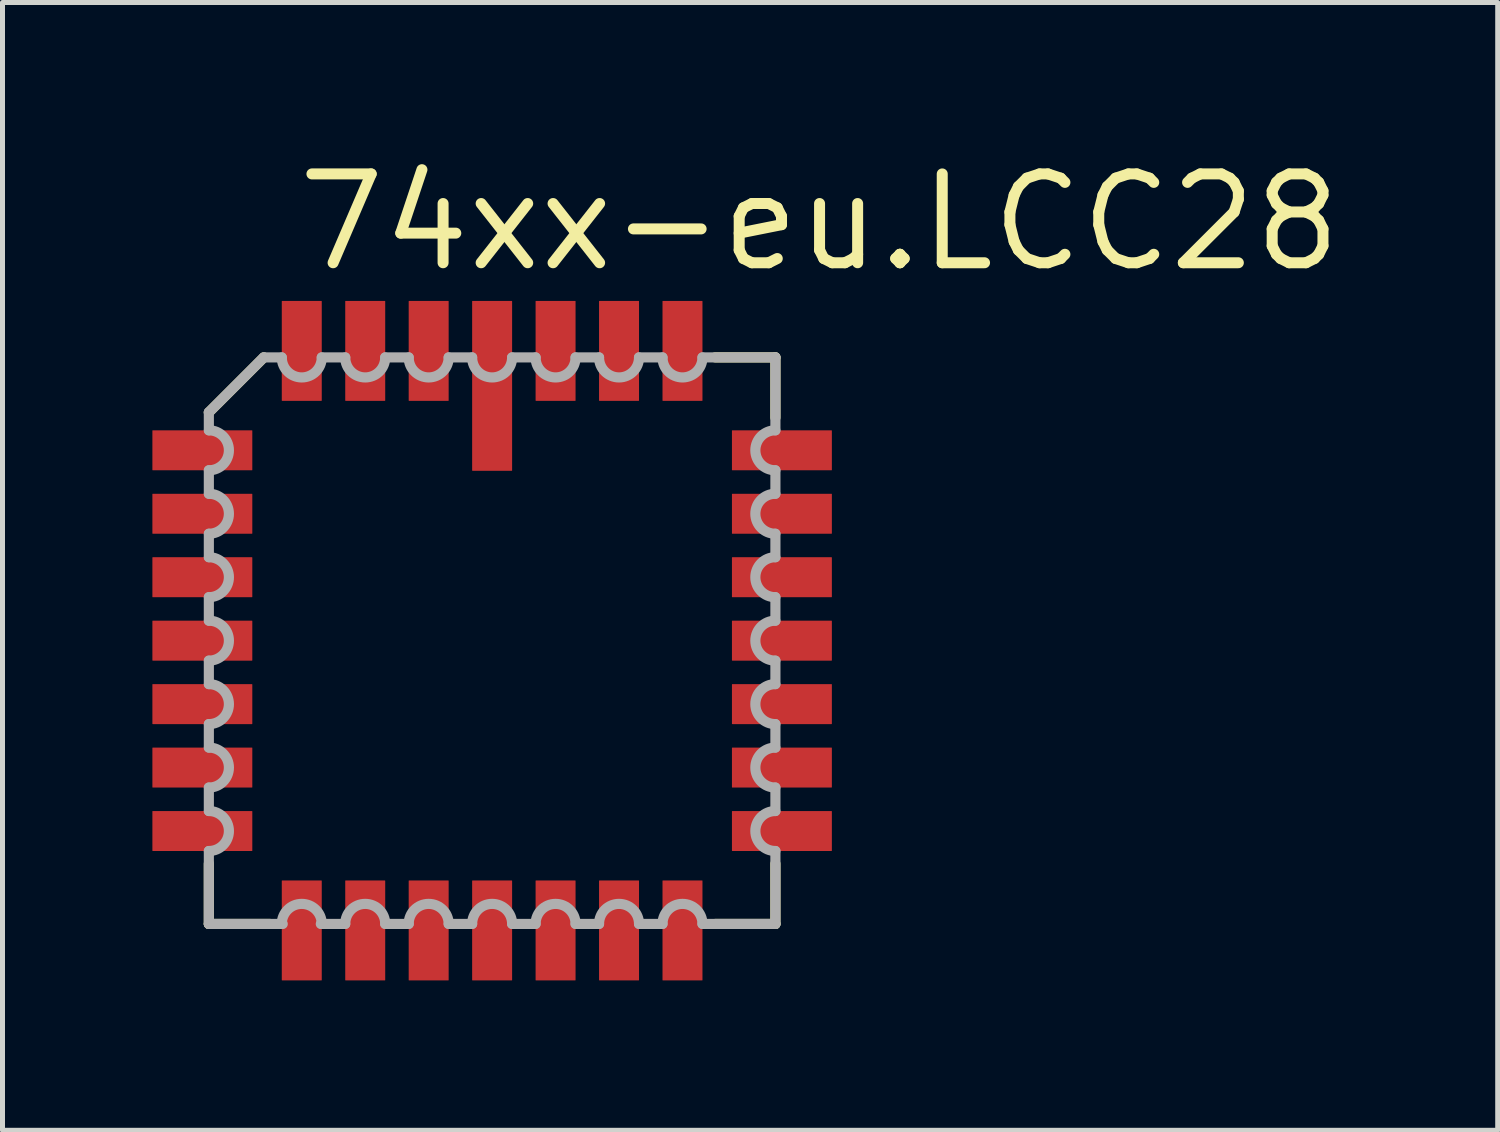
<source format=kicad_pcb>
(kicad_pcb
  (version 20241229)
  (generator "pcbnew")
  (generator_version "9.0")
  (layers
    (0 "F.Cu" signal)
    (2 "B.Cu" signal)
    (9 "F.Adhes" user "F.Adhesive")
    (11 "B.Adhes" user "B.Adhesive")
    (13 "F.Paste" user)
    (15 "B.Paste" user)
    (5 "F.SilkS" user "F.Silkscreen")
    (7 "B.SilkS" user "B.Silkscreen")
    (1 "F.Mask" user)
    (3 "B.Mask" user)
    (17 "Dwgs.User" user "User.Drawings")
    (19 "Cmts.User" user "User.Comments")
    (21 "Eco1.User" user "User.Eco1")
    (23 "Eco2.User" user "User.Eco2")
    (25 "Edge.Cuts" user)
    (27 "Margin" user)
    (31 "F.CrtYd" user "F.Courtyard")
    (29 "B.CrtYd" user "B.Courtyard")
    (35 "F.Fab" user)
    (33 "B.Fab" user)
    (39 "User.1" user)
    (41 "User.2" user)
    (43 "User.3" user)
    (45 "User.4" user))
  (footprint "74xx-eu.LCC28"
    (layer "F.Cu")
    (at 6.8 9.773)
    (property "Reference" "74xx-eu.LCC28" (at -4.005 -7.335 0) (layer "F.SilkS") (effects (font (size 1.778 1.778) (thickness 0.22)) (justify left bottom)))
    (attr smd)
    (fp_line (start -5.67 4.464) (end -5.67 5.67) (stroke (width 0.203) (type default)) (layer "F.SilkS"))
    (fp_line (start -5.67 5.67) (end -4.445 5.67) (stroke (width 0.203) (type default)) (layer "F.SilkS"))
    (fp_line (start -4.57 -5.67) (end -5.67 -4.57) (stroke (width 0.203) (type default)) (layer "F.SilkS"))
    (fp_line (start 4.464 5.67) (end 5.67 5.67) (stroke (width 0.203) (type default)) (layer "F.SilkS"))
    (fp_line (start 5.67 -5.67) (end 4.464 -5.67) (stroke (width 0.203) (type default)) (layer "F.SilkS"))
    (fp_line (start 5.67 -4.464) (end 5.67 -5.67) (stroke (width 0.203) (type default)) (layer "F.SilkS"))
    (fp_line (start 5.67 5.67) (end 5.67 4.464) (stroke (width 0.203) (type default)) (layer "F.SilkS"))
    (fp_line (start -5.67 -4.57) (end -5.67 -4.21) (stroke (width 0.203) (type default)) (layer "F.Fab"))
    (fp_line (start -5.67 -3.41) (end -5.67 -2.94) (stroke (width 0.203) (type default)) (layer "F.Fab"))
    (fp_line (start -5.67 -2.14) (end -5.67 -1.67) (stroke (width 0.203) (type default)) (layer "F.Fab"))
    (fp_line (start -5.67 -0.87) (end -5.67 -0.4) (stroke (width 0.203) (type default)) (layer "F.Fab"))
    (fp_line (start -5.67 0.4) (end -5.67 0.87) (stroke (width 0.203) (type default)) (layer "F.Fab"))
    (fp_line (start -5.67 1.67) (end -5.67 2.14) (stroke (width 0.203) (type default)) (layer "F.Fab"))
    (fp_line (start -5.67 2.94) (end -5.67 3.41) (stroke (width 0.203) (type default)) (layer "F.Fab"))
    (fp_line (start -5.67 4.21) (end -5.67 5.67) (stroke (width 0.203) (type default)) (layer "F.Fab"))
    (fp_line (start -5.67 5.67) (end -4.191 5.67) (stroke (width 0.203) (type default)) (layer "F.Fab"))
    (fp_line (start -4.57 -5.67) (end -5.67 -4.57) (stroke (width 0.203) (type default)) (layer "F.Fab"))
    (fp_line (start -4.21 -5.67) (end -4.57 -5.67) (stroke (width 0.203) (type default)) (layer "F.Fab"))
    (fp_line (start -3.429 5.67) (end -2.94 5.67) (stroke (width 0.203) (type default)) (layer "F.Fab"))
    (fp_line (start -2.94 -5.67) (end -3.41 -5.67) (stroke (width 0.203) (type default)) (layer "F.Fab"))
    (fp_line (start -2.14 5.67) (end -1.67 5.67) (stroke (width 0.203) (type default)) (layer "F.Fab"))
    (fp_line (start -1.67 -5.67) (end -2.14 -5.67) (stroke (width 0.203) (type default)) (layer "F.Fab"))
    (fp_line (start -0.87 5.67) (end -0.4 5.67) (stroke (width 0.203) (type default)) (layer "F.Fab"))
    (fp_line (start -0.4 -5.67) (end -0.87 -5.67) (stroke (width 0.203) (type default)) (layer "F.Fab"))
    (fp_line (start 0.4 5.67) (end 0.87 5.67) (stroke (width 0.203) (type default)) (layer "F.Fab"))
    (fp_line (start 0.87 -5.67) (end 0.4 -5.67) (stroke (width 0.203) (type default)) (layer "F.Fab"))
    (fp_line (start 1.67 5.67) (end 2.14 5.67) (stroke (width 0.203) (type default)) (layer "F.Fab"))
    (fp_line (start 2.14 -5.67) (end 1.67 -5.67) (stroke (width 0.203) (type default)) (layer "F.Fab"))
    (fp_line (start 2.94 5.67) (end 3.41 5.67) (stroke (width 0.203) (type default)) (layer "F.Fab"))
    (fp_line (start 3.41 -5.67) (end 2.94 -5.67) (stroke (width 0.203) (type default)) (layer "F.Fab"))
    (fp_line (start 4.21 5.67) (end 5.67 5.67) (stroke (width 0.203) (type default)) (layer "F.Fab"))
    (fp_line (start 5.67 -5.67) (end 4.21 -5.67) (stroke (width 0.203) (type default)) (layer "F.Fab"))
    (fp_line (start 5.67 -4.21) (end 5.67 -5.67) (stroke (width 0.203) (type default)) (layer "F.Fab"))
    (fp_line (start 5.67 -2.94) (end 5.67 -3.41) (stroke (width 0.203) (type default)) (layer "F.Fab"))
    (fp_line (start 5.67 -1.67) (end 5.67 -2.14) (stroke (width 0.203) (type default)) (layer "F.Fab"))
    (fp_line (start 5.67 -0.4) (end 5.67 -0.87) (stroke (width 0.203) (type default)) (layer "F.Fab"))
    (fp_line (start 5.67 0.87) (end 5.67 0.4) (stroke (width 0.203) (type default)) (layer "F.Fab"))
    (fp_line (start 5.67 2.14) (end 5.67 1.67) (stroke (width 0.203) (type default)) (layer "F.Fab"))
    (fp_line (start 5.67 3.41) (end 5.67 2.94) (stroke (width 0.203) (type default)) (layer "F.Fab"))
    (fp_line (start 5.67 5.67) (end 5.67 4.21) (stroke (width 0.203) (type default)) (layer "F.Fab"))
    (fp_arc (start -5.6685 -4.21) (mid -5.2685 -3.81) (end -5.6685 -3.41) (stroke (width 0.2032) (type default)) (layer "F.Fab"))
    (fp_arc (start -5.6685 -2.94) (mid -5.2685 -2.54) (end -5.6685 -2.14) (stroke (width 0.2032) (type default)) (layer "F.Fab"))
    (fp_arc (start -5.6685 -1.67) (mid -5.2685 -1.27) (end -5.6685 -0.87) (stroke (width 0.2032) (type default)) (layer "F.Fab"))
    (fp_arc (start -5.6685 -0.4001) (mid -5.2684 0) (end -5.6685 0.4001) (stroke (width 0.2032) (type default)) (layer "F.Fab"))
    (fp_arc (start -5.6685 0.8699) (mid -5.2684 1.27) (end -5.6685 1.6701) (stroke (width 0.2032) (type default)) (layer "F.Fab"))
    (fp_arc (start -5.6685 2.1399) (mid -5.2684 2.54) (end -5.6685 2.9401) (stroke (width 0.2032) (type default)) (layer "F.Fab"))
    (fp_arc (start -5.6685 3.4099) (mid -5.2684 3.81) (end -5.6685 4.2101) (stroke (width 0.2032) (type default)) (layer "F.Fab"))
    (fp_arc (start -4.2101 5.6685) (mid -3.81 5.2684) (end -3.4099 5.6685) (stroke (width 0.2032) (type default)) (layer "F.Fab"))
    (fp_arc (start -3.4099 -5.6685) (mid -3.81 -5.2684) (end -4.2101 -5.6685) (stroke (width 0.2032) (type default)) (layer "F.Fab"))
    (fp_arc (start -2.9401 5.6685) (mid -2.54 5.2684) (end -2.1399 5.6685) (stroke (width 0.2032) (type default)) (layer "F.Fab"))
    (fp_arc (start -2.1399 -5.6685) (mid -2.54 -5.2684) (end -2.9401 -5.6685) (stroke (width 0.2032) (type default)) (layer "F.Fab"))
    (fp_arc (start -1.6701 5.6685) (mid -1.27 5.2684) (end -0.8699 5.6685) (stroke (width 0.2032) (type default)) (layer "F.Fab"))
    (fp_arc (start -0.8699 -5.6685) (mid -1.27 -5.2684) (end -1.6701 -5.6685) (stroke (width 0.2032) (type default)) (layer "F.Fab"))
    (fp_arc (start -0.4001 5.6685) (mid 0 5.2684) (end 0.4001 5.6685) (stroke (width 0.2032) (type default)) (layer "F.Fab"))
    (fp_arc (start 0.4001 -5.6685) (mid 0 -5.2684) (end -0.4001 -5.6685) (stroke (width 0.2032) (type default)) (layer "F.Fab"))
    (fp_arc (start 0.87 5.6685) (mid 1.27 5.2685) (end 1.67 5.6685) (stroke (width 0.2032) (type default)) (layer "F.Fab"))
    (fp_arc (start 1.67 -5.6685) (mid 1.27 -5.2685) (end 0.87 -5.6685) (stroke (width 0.2032) (type default)) (layer "F.Fab"))
    (fp_arc (start 2.14 5.6685) (mid 2.54 5.2685) (end 2.94 5.6685) (stroke (width 0.2032) (type default)) (layer "F.Fab"))
    (fp_arc (start 2.94 -5.6685) (mid 2.54 -5.2685) (end 2.14 -5.6685) (stroke (width 0.2032) (type default)) (layer "F.Fab"))
    (fp_arc (start 3.41 5.6685) (mid 3.81 5.2685) (end 4.21 5.6685) (stroke (width 0.2032) (type default)) (layer "F.Fab"))
    (fp_arc (start 4.21 -5.6685) (mid 3.81 -5.2685) (end 3.41 -5.6685) (stroke (width 0.2032) (type default)) (layer "F.Fab"))
    (fp_arc (start 5.6685 -3.4099) (mid 5.2684 -3.81) (end 5.6685 -4.2101) (stroke (width 0.2032) (type default)) (layer "F.Fab"))
    (fp_arc (start 5.6685 -2.1399) (mid 5.2684 -2.54) (end 5.6685 -2.9401) (stroke (width 0.2032) (type default)) (layer "F.Fab"))
    (fp_arc (start 5.6685 -0.8699) (mid 5.2684 -1.27) (end 5.6685 -1.6701) (stroke (width 0.2032) (type default)) (layer "F.Fab"))
    (fp_arc (start 5.6685 0.4001) (mid 5.2684 0) (end 5.6685 -0.4001) (stroke (width 0.2032) (type default)) (layer "F.Fab"))
    (fp_arc (start 5.6685 1.67) (mid 5.2685 1.27) (end 5.6685 0.87) (stroke (width 0.2032) (type default)) (layer "F.Fab"))
    (fp_arc (start 5.6685 2.94) (mid 5.2685 2.54) (end 5.6685 2.14) (stroke (width 0.2032) (type default)) (layer "F.Fab"))
    (fp_arc (start 5.6685 4.21) (mid 5.2685 3.81) (end 5.6685 3.41) (stroke (width 0.2032) (type default)) (layer "F.Fab"))
    (pad "1" smd roundrect (at 0 -5.1) (size 0.8 3.4) (layers "F.Cu" "F.Mask" "F.Paste") (roundrect_rratio 0.01))
    (pad "2" smd roundrect (at -1.27 -5.8) (size 0.8 2) (layers "F.Cu" "F.Mask" "F.Paste") (roundrect_rratio 0.01))
    (pad "3" smd roundrect (at -2.54 -5.8) (size 0.8 2) (layers "F.Cu" "F.Mask" "F.Paste") (roundrect_rratio 0.01))
    (pad "4" smd roundrect (at -3.81 -5.8) (size 0.8 2) (layers "F.Cu" "F.Mask" "F.Paste") (roundrect_rratio 0.01))
    (pad "5" smd roundrect (at -5.8 -3.81) (size 2 0.8) (layers "F.Cu" "F.Mask" "F.Paste") (roundrect_rratio 0.01))
    (pad "6" smd roundrect (at -5.8 -2.54) (size 2 0.8) (layers "F.Cu" "F.Mask" "F.Paste") (roundrect_rratio 0.01))
    (pad "7" smd roundrect (at -5.8 -1.27) (size 2 0.8) (layers "F.Cu" "F.Mask" "F.Paste") (roundrect_rratio 0.01))
    (pad "8" smd roundrect (at -5.8 0) (size 2 0.8) (layers "F.Cu" "F.Mask" "F.Paste") (roundrect_rratio 0.01))
    (pad "9" smd roundrect (at -5.8 1.27) (size 2 0.8) (layers "F.Cu" "F.Mask" "F.Paste") (roundrect_rratio 0.01))
    (pad "10" smd roundrect (at -5.8 2.54) (size 2 0.8) (layers "F.Cu" "F.Mask" "F.Paste") (roundrect_rratio 0.01))
    (pad "11" smd roundrect (at -5.8 3.81) (size 2 0.8) (layers "F.Cu" "F.Mask" "F.Paste") (roundrect_rratio 0.01))
    (pad "12" smd roundrect (at -3.81 5.8) (size 0.8 2) (layers "F.Cu" "F.Mask" "F.Paste") (roundrect_rratio 0.01))
    (pad "13" smd roundrect (at -2.54 5.8) (size 0.8 2) (layers "F.Cu" "F.Mask" "F.Paste") (roundrect_rratio 0.01))
    (pad "14" smd roundrect (at -1.27 5.8) (size 0.8 2) (layers "F.Cu" "F.Mask" "F.Paste") (roundrect_rratio 0.01))
    (pad "15" smd roundrect (at 0 5.8) (size 0.8 2) (layers "F.Cu" "F.Mask" "F.Paste") (roundrect_rratio 0.01))
    (pad "16" smd roundrect (at 1.27 5.8) (size 0.8 2) (layers "F.Cu" "F.Mask" "F.Paste") (roundrect_rratio 0.01))
    (pad "17" smd roundrect (at 2.54 5.8) (size 0.8 2) (layers "F.Cu" "F.Mask" "F.Paste") (roundrect_rratio 0.01))
    (pad "18" smd roundrect (at 3.81 5.8) (size 0.8 2) (layers "F.Cu" "F.Mask" "F.Paste") (roundrect_rratio 0.01))
    (pad "19" smd roundrect (at 5.8 3.81) (size 2 0.8) (layers "F.Cu" "F.Mask" "F.Paste") (roundrect_rratio 0.01))
    (pad "20" smd roundrect (at 5.8 2.54) (size 2 0.8) (layers "F.Cu" "F.Mask" "F.Paste") (roundrect_rratio 0.01))
    (pad "21" smd roundrect (at 5.8 1.27) (size 2 0.8) (layers "F.Cu" "F.Mask" "F.Paste") (roundrect_rratio 0.01))
    (pad "22" smd roundrect (at 5.8 0) (size 2 0.8) (layers "F.Cu" "F.Mask" "F.Paste") (roundrect_rratio 0.01))
    (pad "23" smd roundrect (at 5.8 -1.27) (size 2 0.8) (layers "F.Cu" "F.Mask" "F.Paste") (roundrect_rratio 0.01))
    (pad "24" smd roundrect (at 5.8 -2.54) (size 2 0.8) (layers "F.Cu" "F.Mask" "F.Paste") (roundrect_rratio 0.01))
    (pad "25" smd roundrect (at 5.8 -3.81) (size 2 0.8) (layers "F.Cu" "F.Mask" "F.Paste") (roundrect_rratio 0.01))
    (pad "26" smd roundrect (at 3.81 -5.8) (size 0.8 2) (layers "F.Cu" "F.Mask" "F.Paste") (roundrect_rratio 0.01))
    (pad "27" smd roundrect (at 2.54 -5.8) (size 0.8 2) (layers "F.Cu" "F.Mask" "F.Paste") (roundrect_rratio 0.01))
    (pad "28" smd roundrect (at 1.27 -5.8) (size 0.8 2) (layers "F.Cu" "F.Mask" "F.Paste") (roundrect_rratio 0.01)))
  (gr_rect
    (start -3 -3)
    (end 26.927 19.573)
    (stroke (width 0.1) (type default))
    (fill no)
    (layer "Edge.Cuts")))
</source>
